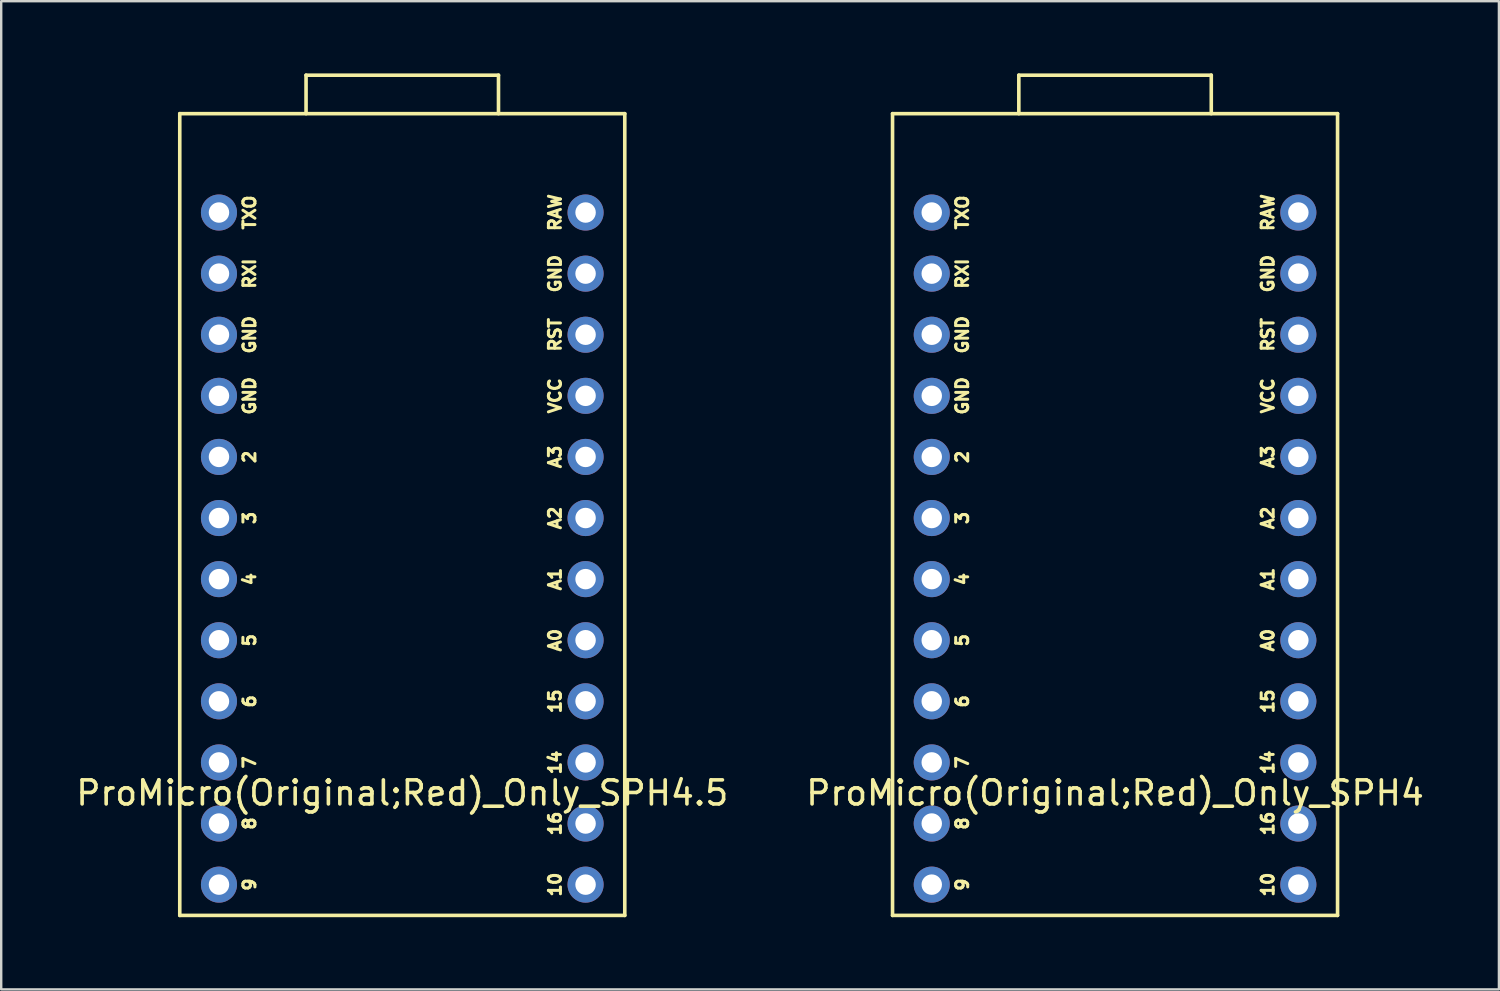
<source format=kicad_pcb>
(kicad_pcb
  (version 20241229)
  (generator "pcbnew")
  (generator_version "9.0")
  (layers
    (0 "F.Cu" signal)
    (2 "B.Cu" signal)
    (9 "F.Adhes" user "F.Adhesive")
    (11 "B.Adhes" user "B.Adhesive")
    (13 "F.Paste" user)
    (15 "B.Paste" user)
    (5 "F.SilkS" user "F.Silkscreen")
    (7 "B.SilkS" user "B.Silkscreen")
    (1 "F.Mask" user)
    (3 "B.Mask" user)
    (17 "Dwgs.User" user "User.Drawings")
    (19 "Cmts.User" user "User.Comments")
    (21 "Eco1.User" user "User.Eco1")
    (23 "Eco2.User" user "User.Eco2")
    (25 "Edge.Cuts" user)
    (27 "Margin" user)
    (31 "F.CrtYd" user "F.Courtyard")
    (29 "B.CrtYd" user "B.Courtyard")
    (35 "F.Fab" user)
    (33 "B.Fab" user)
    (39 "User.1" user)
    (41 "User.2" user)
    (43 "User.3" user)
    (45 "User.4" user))
  (footprint "ProMicro(Original;Red)_Only_SPH4.5"
    (layer "F.Cu")
    (at 6.053 5.785)
    (property "Reference" "ProMicro(Original;Red)_Only_SPH4.5" (at 7.62 24.13 0) (layer "F.SilkS") (effects (font (size 1 1) (thickness 0.15))))
    (attr through_hole)
    (fp_line (start -1.63 -4.11) (end -1.63 29.22) (stroke (width 0.15) (type solid)) (layer "F.SilkS"))
    (fp_line (start -1.63 29.22) (end 16.87 29.22) (stroke (width 0.15) (type solid)) (layer "F.SilkS"))
    (fp_line (start 3.62 -5.71) (end 11.62 -5.71) (stroke (width 0.15) (type solid)) (layer "F.SilkS"))
    (fp_line (start 3.62 -4.11) (end 3.62 -5.71) (stroke (width 0.15) (type solid)) (layer "F.SilkS"))
    (fp_line (start 11.62 -5.71) (end 11.62 -4.11) (stroke (width 0.15) (type solid)) (layer "F.SilkS"))
    (fp_line (start 16.87 -4.11) (end -1.63 -4.11) (stroke (width 0.15) (type solid)) (layer "F.SilkS"))
    (fp_line (start 16.87 29.22) (end 16.87 -4.11) (stroke (width 0.15) (type solid)) (layer "F.SilkS"))
    (fp_text user "RXI" (at 1.27 2.54 90) (layer "F.SilkS") (effects (font (size 0.5 0.5) (thickness 0.125))))
    (fp_text user "GND" (at 1.27 5.08 90) (layer "F.SilkS") (effects (font (size 0.5 0.5) (thickness 0.125))))
    (fp_text user "8" (at 1.27 25.4 90) (layer "F.SilkS") (effects (font (size 0.5 0.5) (thickness 0.125))))
    (fp_text user "A3" (at 13.97 10.16 90) (layer "F.SilkS") (effects (font (size 0.5 0.5) (thickness 0.125))))
    (fp_text user "14" (at 13.97 22.86 90) (layer "F.SilkS") (effects (font (size 0.5 0.5) (thickness 0.125))))
    (fp_text user "A1" (at 13.97 15.24 90) (layer "F.SilkS") (effects (font (size 0.5 0.5) (thickness 0.125))))
    (fp_text user "RAW" (at 13.97 0 90) (layer "F.SilkS") (effects (font (size 0.5 0.5) (thickness 0.125))))
    (fp_text user "4" (at 1.27 15.24 90) (layer "F.SilkS") (effects (font (size 0.5 0.5) (thickness 0.125))))
    (fp_text user "10" (at 13.97 27.94 90) (layer "F.SilkS") (effects (font (size 0.5 0.5) (thickness 0.125))))
    (fp_text user "3" (at 1.27 12.7 90) (layer "F.SilkS") (effects (font (size 0.5 0.5) (thickness 0.125))))
    (fp_text user "15" (at 13.97 20.32 90) (layer "F.SilkS") (effects (font (size 0.5 0.5) (thickness 0.125))))
    (fp_text user "VCC" (at 13.97 7.62 90) (layer "F.SilkS") (effects (font (size 0.5 0.5) (thickness 0.125))))
    (fp_text user "TXO" (at 1.27 0 90) (layer "F.SilkS") (effects (font (size 0.5 0.5) (thickness 0.125))))
    (fp_text user "GND" (at 1.27 7.62 90) (layer "F.SilkS") (effects (font (size 0.5 0.5) (thickness 0.125))))
    (fp_text user "2" (at 1.27 10.16 90) (layer "F.SilkS") (effects (font (size 0.5 0.5) (thickness 0.125))))
    (fp_text user "A2" (at 13.97 12.7 90) (layer "F.SilkS") (effects (font (size 0.5 0.5) (thickness 0.125))))
    (fp_text user "RST" (at 13.97 5.08 90) (layer "F.SilkS") (effects (font (size 0.5 0.5) (thickness 0.125))))
    (fp_text user "16" (at 13.97 25.4 90) (layer "F.SilkS") (effects (font (size 0.5 0.5) (thickness 0.125))))
    (fp_text user "9" (at 1.27 27.94 90) (layer "F.SilkS") (effects (font (size 0.5 0.5) (thickness 0.125))))
    (fp_text user "7" (at 1.27 22.86 90) (layer "F.SilkS") (effects (font (size 0.5 0.5) (thickness 0.125))))
    (fp_text user "5" (at 1.27 17.78 90) (layer "F.SilkS") (effects (font (size 0.5 0.5) (thickness 0.125))))
    (fp_text user "6" (at 1.27 20.32 90) (layer "F.SilkS") (effects (font (size 0.5 0.5) (thickness 0.125))))
    (fp_text user "A0" (at 13.97 17.78 90) (layer "F.SilkS") (effects (font (size 0.5 0.5) (thickness 0.125))))
    (fp_text user "GND" (at 13.97 2.54 90) (layer "F.SilkS") (effects (font (size 0.5 0.5) (thickness 0.125))))
    (pad "2" thru_hole circle (at 0 10.16) (size 1.5 1.5) (drill 0.85) (layers "*.Cu" "*.Mask"))
    (pad "3" thru_hole circle (at 0 12.7) (size 1.5 1.5) (drill 0.85) (layers "*.Cu" "*.Mask"))
    (pad "4" thru_hole circle (at 0 15.24) (size 1.5 1.5) (drill 0.85) (layers "*.Cu" "*.Mask"))
    (pad "5" thru_hole circle (at 0 17.78) (size 1.5 1.5) (drill 0.85) (layers "*.Cu" "*.Mask"))
    (pad "6" thru_hole circle (at 0 20.32) (size 1.5 1.5) (drill 0.85) (layers "*.Cu" "*.Mask"))
    (pad "7" thru_hole circle (at 0 22.86) (size 1.5 1.5) (drill 0.85) (layers "*.Cu" "*.Mask"))
    (pad "8" thru_hole circle (at 0 25.4) (size 1.5 1.5) (drill 0.85) (layers "*.Cu" "*.Mask"))
    (pad "9" thru_hole circle (at 0 27.94) (size 1.5 1.5) (drill 0.85) (layers "*.Cu" "*.Mask"))
    (pad "10" thru_hole circle (at 15.24 27.94) (size 1.5 1.5) (drill 0.85) (layers "*.Cu" "*.Mask"))
    (pad "14" thru_hole circle (at 15.24 22.86) (size 1.5 1.5) (drill 0.85) (layers "*.Cu" "*.Mask"))
    (pad "15" thru_hole circle (at 15.24 20.32) (size 1.5 1.5) (drill 0.85) (layers "*.Cu" "*.Mask"))
    (pad "16" thru_hole circle (at 15.24 25.4) (size 1.5 1.5) (drill 0.85) (layers "*.Cu" "*.Mask"))
    (pad "A0" thru_hole circle (at 15.24 17.78) (size 1.5 1.5) (drill 0.85) (layers "*.Cu" "*.Mask"))
    (pad "A1" thru_hole circle (at 15.24 15.24) (size 1.5 1.5) (drill 0.85) (layers "*.Cu" "*.Mask"))
    (pad "A2" thru_hole circle (at 15.24 12.7) (size 1.5 1.5) (drill 0.85) (layers "*.Cu" "*.Mask"))
    (pad "A3" thru_hole circle (at 15.24 10.16) (size 1.5 1.5) (drill 0.85) (layers "*.Cu" "*.Mask"))
    (pad "GND0" thru_hole circle (at 15.24 2.54) (size 1.5 1.5) (drill 0.85) (layers "*.Cu" "*.Mask"))
    (pad "GND1" thru_hole circle (at 0 5.08) (size 1.5 1.5) (drill 0.85) (layers "*.Cu" "*.Mask"))
    (pad "GND2" thru_hole circle (at 0 7.62) (size 1.5 1.5) (drill 0.85) (layers "*.Cu" "*.Mask"))
    (pad "RAW" thru_hole circle (at 15.24 0) (size 1.5 1.5) (drill 0.85) (layers "*.Cu" "*.Mask"))
    (pad "RST" thru_hole circle (at 15.24 5.08) (size 1.5 1.5) (drill 0.85) (layers "*.Cu" "*.Mask"))
    (pad "RXI" thru_hole circle (at 0 2.54) (size 1.5 1.5) (drill 0.85) (layers "*.Cu" "*.Mask"))
    (pad "TXO" thru_hole circle (at 0 0 90) (size 1.5 1.5) (drill 0.85) (layers "*.Cu" "*.Mask"))
    (pad "VCC" thru_hole circle (at 15.24 7.62) (size 1.5 1.5) (drill 0.85) (layers "*.Cu" "*.Mask")))
  (footprint "ProMicro(Original;Red)_Only_SPH4"
    (layer "F.Cu")
    (at 35.684 5.785)
    (property "Reference" "ProMicro(Original;Red)_Only_SPH4" (at 7.62 24.13 0) (layer "F.SilkS") (effects (font (size 1 1) (thickness 0.15))))
    (attr through_hole)
    (fp_line (start -1.63 -4.11) (end -1.63 29.22) (stroke (width 0.15) (type solid)) (layer "F.SilkS"))
    (fp_line (start -1.63 29.22) (end 16.87 29.22) (stroke (width 0.15) (type solid)) (layer "F.SilkS"))
    (fp_line (start 3.62 -5.71) (end 11.62 -5.71) (stroke (width 0.15) (type solid)) (layer "F.SilkS"))
    (fp_line (start 3.62 -4.11) (end 3.62 -5.71) (stroke (width 0.15) (type solid)) (layer "F.SilkS"))
    (fp_line (start 11.62 -5.71) (end 11.62 -4.11) (stroke (width 0.15) (type solid)) (layer "F.SilkS"))
    (fp_line (start 16.87 -4.11) (end -1.63 -4.11) (stroke (width 0.15) (type solid)) (layer "F.SilkS"))
    (fp_line (start 16.87 29.22) (end 16.87 -4.11) (stroke (width 0.15) (type solid)) (layer "F.SilkS"))
    (fp_text user "2" (at 1.27 10.16 90) (layer "F.SilkS") (effects (font (size 0.5 0.5) (thickness 0.125))))
    (fp_text user "A1" (at 13.97 15.24 90) (layer "F.SilkS") (effects (font (size 0.5 0.5) (thickness 0.125))))
    (fp_text user "A3" (at 13.97 10.16 90) (layer "F.SilkS") (effects (font (size 0.5 0.5) (thickness 0.125))))
    (fp_text user "TXO" (at 1.27 0 90) (layer "F.SilkS") (effects (font (size 0.5 0.5) (thickness 0.125))))
    (fp_text user "10" (at 13.97 27.94 90) (layer "F.SilkS") (effects (font (size 0.5 0.5) (thickness 0.125))))
    (fp_text user "4" (at 1.27 15.24 90) (layer "F.SilkS") (effects (font (size 0.5 0.5) (thickness 0.125))))
    (fp_text user "5" (at 1.27 17.78 90) (layer "F.SilkS") (effects (font (size 0.5 0.5) (thickness 0.125))))
    (fp_text user "A0" (at 13.97 17.78 90) (layer "F.SilkS") (effects (font (size 0.5 0.5) (thickness 0.125))))
    (fp_text user "7" (at 1.27 22.86 90) (layer "F.SilkS") (effects (font (size 0.5 0.5) (thickness 0.125))))
    (fp_text user "15" (at 13.97 20.32 90) (layer "F.SilkS") (effects (font (size 0.5 0.5) (thickness 0.125))))
    (fp_text user "9" (at 1.27 27.94 90) (layer "F.SilkS") (effects (font (size 0.5 0.5) (thickness 0.125))))
    (fp_text user "8" (at 1.27 25.4 90) (layer "F.SilkS") (effects (font (size 0.5 0.5) (thickness 0.125))))
    (fp_text user "RST" (at 13.97 5.08 90) (layer "F.SilkS") (effects (font (size 0.5 0.5) (thickness 0.125))))
    (fp_text user "3" (at 1.27 12.7 90) (layer "F.SilkS") (effects (font (size 0.5 0.5) (thickness 0.125))))
    (fp_text user "16" (at 13.97 25.4 90) (layer "F.SilkS") (effects (font (size 0.5 0.5) (thickness 0.125))))
    (fp_text user "GND" (at 13.97 2.54 90) (layer "F.SilkS") (effects (font (size 0.5 0.5) (thickness 0.125))))
    (fp_text user "6" (at 1.27 20.32 90) (layer "F.SilkS") (effects (font (size 0.5 0.5) (thickness 0.125))))
    (fp_text user "A2" (at 13.97 12.7 90) (layer "F.SilkS") (effects (font (size 0.5 0.5) (thickness 0.125))))
    (fp_text user "VCC" (at 13.97 7.62 90) (layer "F.SilkS") (effects (font (size 0.5 0.5) (thickness 0.125))))
    (fp_text user "GND" (at 1.27 7.62 90) (layer "F.SilkS") (effects (font (size 0.5 0.5) (thickness 0.125))))
    (fp_text user "14" (at 13.97 22.86 90) (layer "F.SilkS") (effects (font (size 0.5 0.5) (thickness 0.125))))
    (fp_text user "RAW" (at 13.97 0 90) (layer "F.SilkS") (effects (font (size 0.5 0.5) (thickness 0.125))))
    (fp_text user "GND" (at 1.27 5.08 90) (layer "F.SilkS") (effects (font (size 0.5 0.5) (thickness 0.125))))
    (fp_text user "RXI" (at 1.27 2.54 90) (layer "F.SilkS") (effects (font (size 0.5 0.5) (thickness 0.125))))
    (pad "2" thru_hole circle (at 0 10.16) (size 1.5 1.5) (drill 0.85) (layers "*.Cu" "*.Mask"))
    (pad "3" thru_hole circle (at 0 12.7) (size 1.5 1.5) (drill 0.85) (layers "*.Cu" "*.Mask"))
    (pad "4" thru_hole circle (at 0 15.24) (size 1.5 1.5) (drill 0.85) (layers "*.Cu" "*.Mask"))
    (pad "5" thru_hole circle (at 0 17.78) (size 1.5 1.5) (drill 0.85) (layers "*.Cu" "*.Mask"))
    (pad "6" thru_hole circle (at 0 20.32) (size 1.5 1.5) (drill 0.85) (layers "*.Cu" "*.Mask"))
    (pad "7" thru_hole circle (at 0 22.86) (size 1.5 1.5) (drill 0.85) (layers "*.Cu" "*.Mask"))
    (pad "8" thru_hole circle (at 0 25.4) (size 1.5 1.5) (drill 0.85) (layers "*.Cu" "*.Mask"))
    (pad "9" thru_hole circle (at 0 27.94) (size 1.5 1.5) (drill 0.85) (layers "*.Cu" "*.Mask"))
    (pad "10" thru_hole circle (at 15.24 27.94) (size 1.5 1.5) (drill 0.85) (layers "*.Cu" "*.Mask"))
    (pad "14" thru_hole circle (at 15.24 22.86) (size 1.5 1.5) (drill 0.85) (layers "*.Cu" "*.Mask"))
    (pad "15" thru_hole circle (at 15.24 20.32) (size 1.5 1.5) (drill 0.85) (layers "*.Cu" "*.Mask"))
    (pad "16" thru_hole circle (at 15.24 25.4) (size 1.5 1.5) (drill 0.85) (layers "*.Cu" "*.Mask"))
    (pad "A0" thru_hole circle (at 15.24 17.78) (size 1.5 1.5) (drill 0.85) (layers "*.Cu" "*.Mask"))
    (pad "A1" thru_hole circle (at 15.24 15.24) (size 1.5 1.5) (drill 0.85) (layers "*.Cu" "*.Mask"))
    (pad "A2" thru_hole circle (at 15.24 12.7) (size 1.5 1.5) (drill 0.85) (layers "*.Cu" "*.Mask"))
    (pad "A3" thru_hole circle (at 15.24 10.16) (size 1.5 1.5) (drill 0.85) (layers "*.Cu" "*.Mask"))
    (pad "GND0" thru_hole circle (at 15.24 2.54) (size 1.5 1.5) (drill 0.85) (layers "*.Cu" "*.Mask"))
    (pad "GND1" thru_hole circle (at 0 5.08) (size 1.5 1.5) (drill 0.85) (layers "*.Cu" "*.Mask"))
    (pad "GND2" thru_hole circle (at 0 7.62) (size 1.5 1.5) (drill 0.85) (layers "*.Cu" "*.Mask"))
    (pad "RAW" thru_hole circle (at 15.24 0) (size 1.5 1.5) (drill 0.85) (layers "*.Cu" "*.Mask"))
    (pad "RST" thru_hole circle (at 15.24 5.08) (size 1.5 1.5) (drill 0.85) (layers "*.Cu" "*.Mask"))
    (pad "RXI" thru_hole circle (at 0 2.54) (size 1.5 1.5) (drill 0.85) (layers "*.Cu" "*.Mask"))
    (pad "TXO" thru_hole circle (at 0 0 90) (size 1.5 1.5) (drill 0.85) (layers "*.Cu" "*.Mask"))
    (pad "VCC" thru_hole circle (at 15.24 7.62) (size 1.5 1.5) (drill 0.85) (layers "*.Cu" "*.Mask")))
  (gr_rect
    (start -3 -3)
    (end 59.262 38.08)
    (stroke (width 0.1) (type default))
    (fill no)
    (layer "Edge.Cuts")))
</source>
